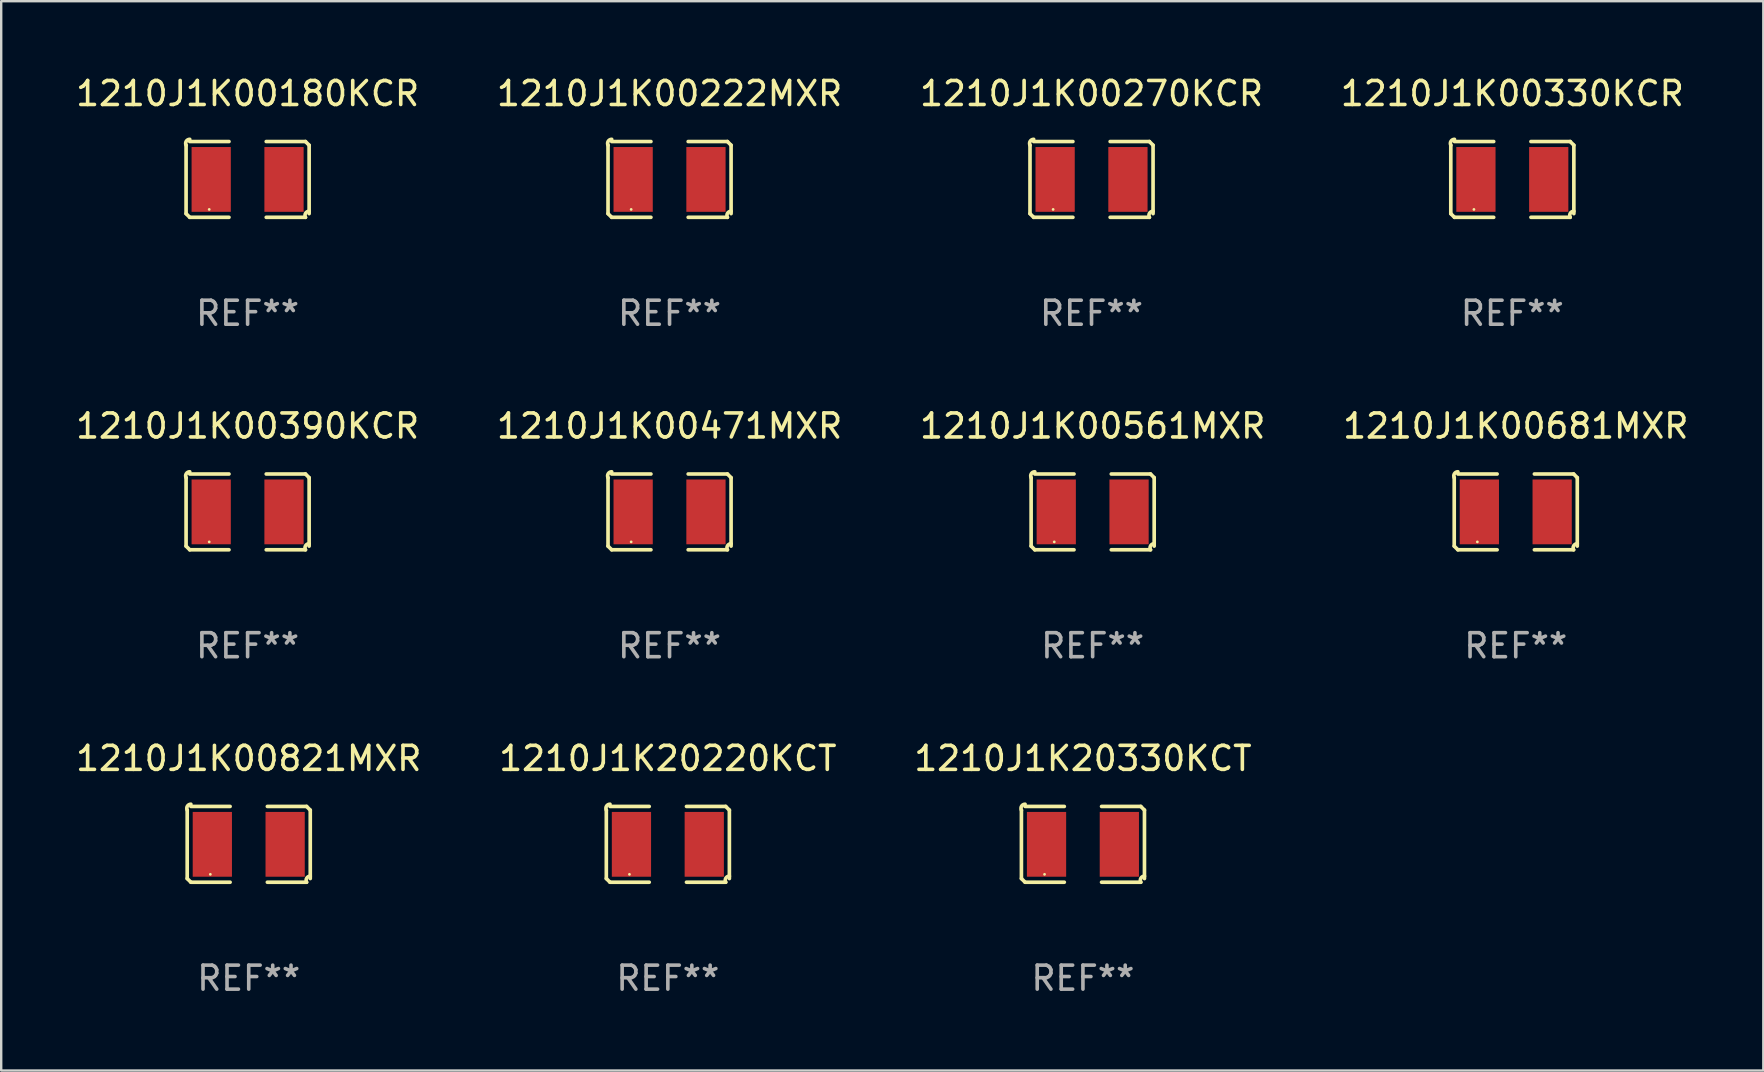
<source format=kicad_pcb>
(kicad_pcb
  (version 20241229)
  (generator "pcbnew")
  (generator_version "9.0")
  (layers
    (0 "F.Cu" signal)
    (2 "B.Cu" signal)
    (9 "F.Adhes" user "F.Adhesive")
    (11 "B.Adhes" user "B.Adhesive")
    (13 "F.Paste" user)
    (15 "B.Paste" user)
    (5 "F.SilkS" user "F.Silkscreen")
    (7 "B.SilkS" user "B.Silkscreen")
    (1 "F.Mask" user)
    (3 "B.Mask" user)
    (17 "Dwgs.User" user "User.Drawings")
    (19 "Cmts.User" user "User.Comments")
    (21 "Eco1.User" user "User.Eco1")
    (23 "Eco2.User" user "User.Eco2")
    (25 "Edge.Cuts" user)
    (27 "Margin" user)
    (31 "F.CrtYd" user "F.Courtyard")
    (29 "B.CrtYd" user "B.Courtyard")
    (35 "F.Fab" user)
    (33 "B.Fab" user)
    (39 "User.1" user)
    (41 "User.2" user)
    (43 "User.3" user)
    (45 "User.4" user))
  (footprint "1210J1K20330KCT"
    (layer "F.Cu")
    (at 42.077 32.134)
    (property "Reference" "1210J1K20330KCT" (at 0 -3.579 0) (layer "F.SilkS") (effects (font (size 1 1) (thickness 0.15))))
    (attr through_hole)
    (fp_line (start -2.564 1.426) (end -2.564 -1.426) (stroke (width 0.152) (type solid)) (layer "F.SilkS"))
    (fp_line (start -2.411 -1.579) (end -0.776 -1.579) (stroke (width 0.152) (type solid)) (layer "F.SilkS"))
    (fp_line (start -0.776 1.579) (end -2.411 1.579) (stroke (width 0.152) (type solid)) (layer "F.SilkS"))
    (fp_line (start 0.776 1.579) (end 2.411 1.579) (stroke (width 0.152) (type solid)) (layer "F.SilkS"))
    (fp_line (start 2.411 -1.579) (end 0.776 -1.579) (stroke (width 0.152) (type solid)) (layer "F.SilkS"))
    (fp_line (start 2.564 1.426) (end 2.564 -1.426) (stroke (width 0.152) (type solid)) (layer "F.SilkS"))
    (fp_arc (start -2.563602 -1.426213) (mid -2.555597 -1.591233) (end -2.411201 -1.671518) (stroke (width 0.1524) (type solid)) (layer "F.SilkS"))
    (fp_arc (start -2.5636 1.426214) (mid -2.487389 1.502402) (end -2.411201 1.578613) (stroke (width 0.1524) (type solid)) (layer "F.SilkS"))
    (fp_arc (start 2.411197 -1.578618) (mid 2.487403 -1.502419) (end 2.563602 -1.426213) (stroke (width 0.1524) (type solid)) (layer "F.SilkS"))
    (fp_arc (start 2.411201 1.578613) (mid 2.416214 1.409455) (end 2.563602 1.32629) (stroke (width 0.1524) (type solid)) (layer "F.SilkS"))
    (fp_circle (center -1.6 1.25) (end -1.57 1.25) (stroke (width 0.06) (type solid)) (fill no) (layer "F.SilkS"))
    (fp_text user "REF**" (at 0 5.579 0) (layer "F.Fab") (effects (font (size 1 1) (thickness 0.15))))
    (pad "1" smd rect (at -1.517 0) (size 1.635 2.7) (layers "F.Cu" "F.Mask" "F.Paste"))
    (pad "2" smd rect (at 1.517 0) (size 1.635 2.7) (layers "F.Cu" "F.Mask" "F.Paste")))
  (footprint "1210J1K00270KCR"
    (layer "F.Cu")
    (at 42.435 4.427)
    (property "Reference" "1210J1K00270KCR" (at 0 -3.579 0) (layer "F.SilkS") (effects (font (size 1 1) (thickness 0.15))))
    (attr through_hole)
    (fp_line (start -2.564 1.426) (end -2.564 -1.426) (stroke (width 0.152) (type solid)) (layer "F.SilkS"))
    (fp_line (start -2.411 -1.579) (end -0.776 -1.579) (stroke (width 0.152) (type solid)) (layer "F.SilkS"))
    (fp_line (start -0.776 1.579) (end -2.411 1.579) (stroke (width 0.152) (type solid)) (layer "F.SilkS"))
    (fp_line (start 0.776 1.579) (end 2.411 1.579) (stroke (width 0.152) (type solid)) (layer "F.SilkS"))
    (fp_line (start 2.411 -1.579) (end 0.776 -1.579) (stroke (width 0.152) (type solid)) (layer "F.SilkS"))
    (fp_line (start 2.564 1.426) (end 2.564 -1.426) (stroke (width 0.152) (type solid)) (layer "F.SilkS"))
    (fp_arc (start -2.563602 -1.426213) (mid -2.555597 -1.591233) (end -2.411201 -1.671518) (stroke (width 0.1524) (type solid)) (layer "F.SilkS"))
    (fp_arc (start -2.5636 1.426214) (mid -2.487389 1.502402) (end -2.411201 1.578613) (stroke (width 0.1524) (type solid)) (layer "F.SilkS"))
    (fp_arc (start 2.411197 -1.578618) (mid 2.487403 -1.502419) (end 2.563602 -1.426213) (stroke (width 0.1524) (type solid)) (layer "F.SilkS"))
    (fp_arc (start 2.411201 1.578613) (mid 2.416214 1.409455) (end 2.563602 1.32629) (stroke (width 0.1524) (type solid)) (layer "F.SilkS"))
    (fp_circle (center -1.6 1.25) (end -1.57 1.25) (stroke (width 0.06) (type solid)) (fill no) (layer "F.SilkS"))
    (fp_text user "REF**" (at 0 5.579 0) (layer "F.Fab") (effects (font (size 1 1) (thickness 0.15))))
    (pad "1" smd rect (at -1.517 0) (size 1.635 2.7) (layers "F.Cu" "F.Mask" "F.Paste"))
    (pad "2" smd rect (at 1.517 0) (size 1.635 2.7) (layers "F.Cu" "F.Mask" "F.Paste")))
  (footprint "1210J1K20220KCT"
    (layer "F.Cu")
    (at 24.78 32.134)
    (property "Reference" "1210J1K20220KCT" (at 0 -3.579 0) (layer "F.SilkS") (effects (font (size 1 1) (thickness 0.15))))
    (attr through_hole)
    (fp_line (start -2.564 1.426) (end -2.564 -1.426) (stroke (width 0.152) (type solid)) (layer "F.SilkS"))
    (fp_line (start -2.411 -1.579) (end -0.776 -1.579) (stroke (width 0.152) (type solid)) (layer "F.SilkS"))
    (fp_line (start -0.776 1.579) (end -2.411 1.579) (stroke (width 0.152) (type solid)) (layer "F.SilkS"))
    (fp_line (start 0.776 1.579) (end 2.411 1.579) (stroke (width 0.152) (type solid)) (layer "F.SilkS"))
    (fp_line (start 2.411 -1.579) (end 0.776 -1.579) (stroke (width 0.152) (type solid)) (layer "F.SilkS"))
    (fp_line (start 2.564 1.426) (end 2.564 -1.426) (stroke (width 0.152) (type solid)) (layer "F.SilkS"))
    (fp_arc (start -2.563602 -1.426213) (mid -2.555597 -1.591233) (end -2.411201 -1.671518) (stroke (width 0.1524) (type solid)) (layer "F.SilkS"))
    (fp_arc (start -2.5636 1.426214) (mid -2.487389 1.502402) (end -2.411201 1.578613) (stroke (width 0.1524) (type solid)) (layer "F.SilkS"))
    (fp_arc (start 2.411197 -1.578618) (mid 2.487403 -1.502419) (end 2.563602 -1.426213) (stroke (width 0.1524) (type solid)) (layer "F.SilkS"))
    (fp_arc (start 2.411201 1.578613) (mid 2.416214 1.409455) (end 2.563602 1.32629) (stroke (width 0.1524) (type solid)) (layer "F.SilkS"))
    (fp_circle (center -1.6 1.25) (end -1.57 1.25) (stroke (width 0.06) (type solid)) (fill no) (layer "F.SilkS"))
    (fp_text user "REF**" (at 0 5.579 0) (layer "F.Fab") (effects (font (size 1 1) (thickness 0.15))))
    (pad "1" smd rect (at -1.517 0) (size 1.635 2.7) (layers "F.Cu" "F.Mask" "F.Paste"))
    (pad "2" smd rect (at 1.517 0) (size 1.635 2.7) (layers "F.Cu" "F.Mask" "F.Paste")))
  (footprint "1210J1K00330KCR"
    (layer "F.Cu")
    (at 59.97 4.427)
    (property "Reference" "1210J1K00330KCR" (at 0 -3.579 0) (layer "F.SilkS") (effects (font (size 1 1) (thickness 0.15))))
    (attr through_hole)
    (fp_line (start -2.564 1.426) (end -2.564 -1.426) (stroke (width 0.152) (type solid)) (layer "F.SilkS"))
    (fp_line (start -2.411 -1.579) (end -0.776 -1.579) (stroke (width 0.152) (type solid)) (layer "F.SilkS"))
    (fp_line (start -0.776 1.579) (end -2.411 1.579) (stroke (width 0.152) (type solid)) (layer "F.SilkS"))
    (fp_line (start 0.776 1.579) (end 2.411 1.579) (stroke (width 0.152) (type solid)) (layer "F.SilkS"))
    (fp_line (start 2.411 -1.579) (end 0.776 -1.579) (stroke (width 0.152) (type solid)) (layer "F.SilkS"))
    (fp_line (start 2.564 1.426) (end 2.564 -1.426) (stroke (width 0.152) (type solid)) (layer "F.SilkS"))
    (fp_arc (start -2.563602 -1.426213) (mid -2.555597 -1.591233) (end -2.411201 -1.671518) (stroke (width 0.1524) (type solid)) (layer "F.SilkS"))
    (fp_arc (start -2.5636 1.426214) (mid -2.487389 1.502402) (end -2.411201 1.578613) (stroke (width 0.1524) (type solid)) (layer "F.SilkS"))
    (fp_arc (start 2.411197 -1.578618) (mid 2.487403 -1.502419) (end 2.563602 -1.426213) (stroke (width 0.1524) (type solid)) (layer "F.SilkS"))
    (fp_arc (start 2.411201 1.578613) (mid 2.416214 1.409455) (end 2.563602 1.32629) (stroke (width 0.1524) (type solid)) (layer "F.SilkS"))
    (fp_circle (center -1.6 1.25) (end -1.57 1.25) (stroke (width 0.06) (type solid)) (fill no) (layer "F.SilkS"))
    (fp_text user "REF**" (at 0 5.579 0) (layer "F.Fab") (effects (font (size 1 1) (thickness 0.15))))
    (pad "1" smd rect (at -1.517 0) (size 1.635 2.7) (layers "F.Cu" "F.Mask" "F.Paste"))
    (pad "2" smd rect (at 1.517 0) (size 1.635 2.7) (layers "F.Cu" "F.Mask" "F.Paste")))
  (footprint "1210J1K00180KCR"
    (layer "F.Cu")
    (at 7.268 4.427)
    (property "Reference" "1210J1K00180KCR" (at 0 -3.579 0) (layer "F.SilkS") (effects (font (size 1 1) (thickness 0.15))))
    (attr through_hole)
    (fp_line (start -2.564 1.426) (end -2.564 -1.426) (stroke (width 0.152) (type solid)) (layer "F.SilkS"))
    (fp_line (start -2.411 -1.579) (end -0.776 -1.579) (stroke (width 0.152) (type solid)) (layer "F.SilkS"))
    (fp_line (start -0.776 1.579) (end -2.411 1.579) (stroke (width 0.152) (type solid)) (layer "F.SilkS"))
    (fp_line (start 0.776 1.579) (end 2.411 1.579) (stroke (width 0.152) (type solid)) (layer "F.SilkS"))
    (fp_line (start 2.411 -1.579) (end 0.776 -1.579) (stroke (width 0.152) (type solid)) (layer "F.SilkS"))
    (fp_line (start 2.564 1.426) (end 2.564 -1.426) (stroke (width 0.152) (type solid)) (layer "F.SilkS"))
    (fp_arc (start -2.563602 -1.426213) (mid -2.555597 -1.591233) (end -2.411201 -1.671518) (stroke (width 0.1524) (type solid)) (layer "F.SilkS"))
    (fp_arc (start -2.5636 1.426214) (mid -2.487389 1.502402) (end -2.411201 1.578613) (stroke (width 0.1524) (type solid)) (layer "F.SilkS"))
    (fp_arc (start 2.411197 -1.578618) (mid 2.487403 -1.502419) (end 2.563602 -1.426213) (stroke (width 0.1524) (type solid)) (layer "F.SilkS"))
    (fp_arc (start 2.411201 1.578613) (mid 2.416214 1.409455) (end 2.563602 1.32629) (stroke (width 0.1524) (type solid)) (layer "F.SilkS"))
    (fp_circle (center -1.6 1.25) (end -1.57 1.25) (stroke (width 0.06) (type solid)) (fill no) (layer "F.SilkS"))
    (fp_text user "REF**" (at 0 5.579 0) (layer "F.Fab") (effects (font (size 1 1) (thickness 0.15))))
    (pad "1" smd rect (at -1.517 0) (size 1.635 2.7) (layers "F.Cu" "F.Mask" "F.Paste"))
    (pad "2" smd rect (at 1.517 0) (size 1.635 2.7) (layers "F.Cu" "F.Mask" "F.Paste")))
  (footprint "1210J1K00681MXR"
    (layer "F.Cu")
    (at 60.113 18.281)
    (property "Reference" "1210J1K00681MXR" (at 0 -3.579 0) (layer "F.SilkS") (effects (font (size 1 1) (thickness 0.15))))
    (attr through_hole)
    (fp_line (start -2.564 1.426) (end -2.564 -1.426) (stroke (width 0.152) (type solid)) (layer "F.SilkS"))
    (fp_line (start -2.411 -1.579) (end -0.776 -1.579) (stroke (width 0.152) (type solid)) (layer "F.SilkS"))
    (fp_line (start -0.776 1.579) (end -2.411 1.579) (stroke (width 0.152) (type solid)) (layer "F.SilkS"))
    (fp_line (start 0.776 1.579) (end 2.411 1.579) (stroke (width 0.152) (type solid)) (layer "F.SilkS"))
    (fp_line (start 2.411 -1.579) (end 0.776 -1.579) (stroke (width 0.152) (type solid)) (layer "F.SilkS"))
    (fp_line (start 2.564 1.426) (end 2.564 -1.426) (stroke (width 0.152) (type solid)) (layer "F.SilkS"))
    (fp_arc (start -2.563602 -1.426213) (mid -2.555597 -1.591233) (end -2.411201 -1.671518) (stroke (width 0.1524) (type solid)) (layer "F.SilkS"))
    (fp_arc (start -2.5636 1.426214) (mid -2.487389 1.502402) (end -2.411201 1.578613) (stroke (width 0.1524) (type solid)) (layer "F.SilkS"))
    (fp_arc (start 2.411197 -1.578618) (mid 2.487403 -1.502419) (end 2.563602 -1.426213) (stroke (width 0.1524) (type solid)) (layer "F.SilkS"))
    (fp_arc (start 2.411201 1.578613) (mid 2.416214 1.409455) (end 2.563602 1.32629) (stroke (width 0.1524) (type solid)) (layer "F.SilkS"))
    (fp_circle (center -1.6 1.25) (end -1.57 1.25) (stroke (width 0.06) (type solid)) (fill no) (layer "F.SilkS"))
    (fp_text user "REF**" (at 0 5.579 0) (layer "F.Fab") (effects (font (size 1 1) (thickness 0.15))))
    (pad "1" smd rect (at -1.517 0) (size 1.635 2.7) (layers "F.Cu" "F.Mask" "F.Paste"))
    (pad "2" smd rect (at 1.517 0) (size 1.635 2.7) (layers "F.Cu" "F.Mask" "F.Paste")))
  (footprint "1210J1K00390KCR"
    (layer "F.Cu")
    (at 7.268 18.281)
    (property "Reference" "1210J1K00390KCR" (at 0 -3.579 0) (layer "F.SilkS") (effects (font (size 1 1) (thickness 0.15))))
    (attr through_hole)
    (fp_line (start -2.564 1.426) (end -2.564 -1.426) (stroke (width 0.152) (type solid)) (layer "F.SilkS"))
    (fp_line (start -2.411 -1.579) (end -0.776 -1.579) (stroke (width 0.152) (type solid)) (layer "F.SilkS"))
    (fp_line (start -0.776 1.579) (end -2.411 1.579) (stroke (width 0.152) (type solid)) (layer "F.SilkS"))
    (fp_line (start 0.776 1.579) (end 2.411 1.579) (stroke (width 0.152) (type solid)) (layer "F.SilkS"))
    (fp_line (start 2.411 -1.579) (end 0.776 -1.579) (stroke (width 0.152) (type solid)) (layer "F.SilkS"))
    (fp_line (start 2.564 1.426) (end 2.564 -1.426) (stroke (width 0.152) (type solid)) (layer "F.SilkS"))
    (fp_arc (start -2.563602 -1.426213) (mid -2.555597 -1.591233) (end -2.411201 -1.671518) (stroke (width 0.1524) (type solid)) (layer "F.SilkS"))
    (fp_arc (start -2.5636 1.426214) (mid -2.487389 1.502402) (end -2.411201 1.578613) (stroke (width 0.1524) (type solid)) (layer "F.SilkS"))
    (fp_arc (start 2.411197 -1.578618) (mid 2.487403 -1.502419) (end 2.563602 -1.426213) (stroke (width 0.1524) (type solid)) (layer "F.SilkS"))
    (fp_arc (start 2.411201 1.578613) (mid 2.416214 1.409455) (end 2.563602 1.32629) (stroke (width 0.1524) (type solid)) (layer "F.SilkS"))
    (fp_circle (center -1.6 1.25) (end -1.57 1.25) (stroke (width 0.06) (type solid)) (fill no) (layer "F.SilkS"))
    (fp_text user "REF**" (at 0 5.579 0) (layer "F.Fab") (effects (font (size 1 1) (thickness 0.15))))
    (pad "1" smd rect (at -1.517 0) (size 1.635 2.7) (layers "F.Cu" "F.Mask" "F.Paste"))
    (pad "2" smd rect (at 1.517 0) (size 1.635 2.7) (layers "F.Cu" "F.Mask" "F.Paste")))
  (footprint "1210J1K00222MXR"
    (layer "F.Cu")
    (at 24.851 4.427)
    (property "Reference" "1210J1K00222MXR" (at 0 -3.579 0) (layer "F.SilkS") (effects (font (size 1 1) (thickness 0.15))))
    (attr through_hole)
    (fp_line (start -2.564 1.426) (end -2.564 -1.426) (stroke (width 0.152) (type solid)) (layer "F.SilkS"))
    (fp_line (start -2.411 -1.579) (end -0.776 -1.579) (stroke (width 0.152) (type solid)) (layer "F.SilkS"))
    (fp_line (start -0.776 1.579) (end -2.411 1.579) (stroke (width 0.152) (type solid)) (layer "F.SilkS"))
    (fp_line (start 0.776 1.579) (end 2.411 1.579) (stroke (width 0.152) (type solid)) (layer "F.SilkS"))
    (fp_line (start 2.411 -1.579) (end 0.776 -1.579) (stroke (width 0.152) (type solid)) (layer "F.SilkS"))
    (fp_line (start 2.564 1.426) (end 2.564 -1.426) (stroke (width 0.152) (type solid)) (layer "F.SilkS"))
    (fp_arc (start -2.563602 -1.426213) (mid -2.555597 -1.591233) (end -2.411201 -1.671518) (stroke (width 0.1524) (type solid)) (layer "F.SilkS"))
    (fp_arc (start -2.5636 1.426214) (mid -2.487389 1.502402) (end -2.411201 1.578613) (stroke (width 0.1524) (type solid)) (layer "F.SilkS"))
    (fp_arc (start 2.411197 -1.578618) (mid 2.487403 -1.502419) (end 2.563602 -1.426213) (stroke (width 0.1524) (type solid)) (layer "F.SilkS"))
    (fp_arc (start 2.411201 1.578613) (mid 2.416214 1.409455) (end 2.563602 1.32629) (stroke (width 0.1524) (type solid)) (layer "F.SilkS"))
    (fp_circle (center -1.6 1.25) (end -1.57 1.25) (stroke (width 0.06) (type solid)) (fill no) (layer "F.SilkS"))
    (fp_text user "REF**" (at 0 5.579 0) (layer "F.Fab") (effects (font (size 1 1) (thickness 0.15))))
    (pad "1" smd rect (at -1.517 0) (size 1.635 2.7) (layers "F.Cu" "F.Mask" "F.Paste"))
    (pad "2" smd rect (at 1.517 0) (size 1.635 2.7) (layers "F.Cu" "F.Mask" "F.Paste")))
  (footprint "1210J1K00561MXR"
    (layer "F.Cu")
    (at 42.482 18.281)
    (property "Reference" "1210J1K00561MXR" (at 0 -3.579 0) (layer "F.SilkS") (effects (font (size 1 1) (thickness 0.15))))
    (attr through_hole)
    (fp_line (start -2.564 1.426) (end -2.564 -1.426) (stroke (width 0.152) (type solid)) (layer "F.SilkS"))
    (fp_line (start -2.411 -1.579) (end -0.776 -1.579) (stroke (width 0.152) (type solid)) (layer "F.SilkS"))
    (fp_line (start -0.776 1.579) (end -2.411 1.579) (stroke (width 0.152) (type solid)) (layer "F.SilkS"))
    (fp_line (start 0.776 1.579) (end 2.411 1.579) (stroke (width 0.152) (type solid)) (layer "F.SilkS"))
    (fp_line (start 2.411 -1.579) (end 0.776 -1.579) (stroke (width 0.152) (type solid)) (layer "F.SilkS"))
    (fp_line (start 2.564 1.426) (end 2.564 -1.426) (stroke (width 0.152) (type solid)) (layer "F.SilkS"))
    (fp_arc (start -2.563602 -1.426213) (mid -2.555597 -1.591233) (end -2.411201 -1.671518) (stroke (width 0.1524) (type solid)) (layer "F.SilkS"))
    (fp_arc (start -2.5636 1.426214) (mid -2.487389 1.502402) (end -2.411201 1.578613) (stroke (width 0.1524) (type solid)) (layer "F.SilkS"))
    (fp_arc (start 2.411197 -1.578618) (mid 2.487403 -1.502419) (end 2.563602 -1.426213) (stroke (width 0.1524) (type solid)) (layer "F.SilkS"))
    (fp_arc (start 2.411201 1.578613) (mid 2.416214 1.409455) (end 2.563602 1.32629) (stroke (width 0.1524) (type solid)) (layer "F.SilkS"))
    (fp_circle (center -1.6 1.25) (end -1.57 1.25) (stroke (width 0.06) (type solid)) (fill no) (layer "F.SilkS"))
    (fp_text user "REF**" (at 0 5.579 0) (layer "F.Fab") (effects (font (size 1 1) (thickness 0.15))))
    (pad "1" smd rect (at -1.517 0) (size 1.635 2.7) (layers "F.Cu" "F.Mask" "F.Paste"))
    (pad "2" smd rect (at 1.517 0) (size 1.635 2.7) (layers "F.Cu" "F.Mask" "F.Paste")))
  (footprint "1210J1K00471MXR"
    (layer "F.Cu")
    (at 24.851 18.281)
    (property "Reference" "1210J1K00471MXR" (at 0 -3.579 0) (layer "F.SilkS") (effects (font (size 1 1) (thickness 0.15))))
    (attr through_hole)
    (fp_line (start -2.564 1.426) (end -2.564 -1.426) (stroke (width 0.152) (type solid)) (layer "F.SilkS"))
    (fp_line (start -2.411 -1.579) (end -0.776 -1.579) (stroke (width 0.152) (type solid)) (layer "F.SilkS"))
    (fp_line (start -0.776 1.579) (end -2.411 1.579) (stroke (width 0.152) (type solid)) (layer "F.SilkS"))
    (fp_line (start 0.776 1.579) (end 2.411 1.579) (stroke (width 0.152) (type solid)) (layer "F.SilkS"))
    (fp_line (start 2.411 -1.579) (end 0.776 -1.579) (stroke (width 0.152) (type solid)) (layer "F.SilkS"))
    (fp_line (start 2.564 1.426) (end 2.564 -1.426) (stroke (width 0.152) (type solid)) (layer "F.SilkS"))
    (fp_arc (start -2.563602 -1.426213) (mid -2.555597 -1.591233) (end -2.411201 -1.671518) (stroke (width 0.1524) (type solid)) (layer "F.SilkS"))
    (fp_arc (start -2.5636 1.426214) (mid -2.487389 1.502402) (end -2.411201 1.578613) (stroke (width 0.1524) (type solid)) (layer "F.SilkS"))
    (fp_arc (start 2.411197 -1.578618) (mid 2.487403 -1.502419) (end 2.563602 -1.426213) (stroke (width 0.1524) (type solid)) (layer "F.SilkS"))
    (fp_arc (start 2.411201 1.578613) (mid 2.416214 1.409455) (end 2.563602 1.32629) (stroke (width 0.1524) (type solid)) (layer "F.SilkS"))
    (fp_circle (center -1.6 1.25) (end -1.57 1.25) (stroke (width 0.06) (type solid)) (fill no) (layer "F.SilkS"))
    (fp_text user "REF**" (at 0 5.579 0) (layer "F.Fab") (effects (font (size 1 1) (thickness 0.15))))
    (pad "1" smd rect (at -1.517 0) (size 1.635 2.7) (layers "F.Cu" "F.Mask" "F.Paste"))
    (pad "2" smd rect (at 1.517 0) (size 1.635 2.7) (layers "F.Cu" "F.Mask" "F.Paste")))
  (footprint "1210J1K00821MXR"
    (layer "F.Cu")
    (at 7.315 32.134)
    (property "Reference" "1210J1K00821MXR" (at 0 -3.579 0) (layer "F.SilkS") (effects (font (size 1 1) (thickness 0.15))))
    (attr through_hole)
    (fp_line (start -2.564 1.426) (end -2.564 -1.426) (stroke (width 0.152) (type solid)) (layer "F.SilkS"))
    (fp_line (start -2.411 -1.579) (end -0.776 -1.579) (stroke (width 0.152) (type solid)) (layer "F.SilkS"))
    (fp_line (start -0.776 1.579) (end -2.411 1.579) (stroke (width 0.152) (type solid)) (layer "F.SilkS"))
    (fp_line (start 0.776 1.579) (end 2.411 1.579) (stroke (width 0.152) (type solid)) (layer "F.SilkS"))
    (fp_line (start 2.411 -1.579) (end 0.776 -1.579) (stroke (width 0.152) (type solid)) (layer "F.SilkS"))
    (fp_line (start 2.564 1.426) (end 2.564 -1.426) (stroke (width 0.152) (type solid)) (layer "F.SilkS"))
    (fp_arc (start -2.563602 -1.426213) (mid -2.555597 -1.591233) (end -2.411201 -1.671518) (stroke (width 0.1524) (type solid)) (layer "F.SilkS"))
    (fp_arc (start -2.5636 1.426214) (mid -2.487389 1.502402) (end -2.411201 1.578613) (stroke (width 0.1524) (type solid)) (layer "F.SilkS"))
    (fp_arc (start 2.411197 -1.578618) (mid 2.487403 -1.502419) (end 2.563602 -1.426213) (stroke (width 0.1524) (type solid)) (layer "F.SilkS"))
    (fp_arc (start 2.411201 1.578613) (mid 2.416214 1.409455) (end 2.563602 1.32629) (stroke (width 0.1524) (type solid)) (layer "F.SilkS"))
    (fp_circle (center -1.6 1.25) (end -1.57 1.25) (stroke (width 0.06) (type solid)) (fill no) (layer "F.SilkS"))
    (fp_text user "REF**" (at 0 5.579 0) (layer "F.Fab") (effects (font (size 1 1) (thickness 0.15))))
    (pad "1" smd rect (at -1.517 0) (size 1.635 2.7) (layers "F.Cu" "F.Mask" "F.Paste"))
    (pad "2" smd rect (at 1.517 0) (size 1.635 2.7) (layers "F.Cu" "F.Mask" "F.Paste")))
  (gr_rect
    (start -3 -3)
    (end 70.429 41.561)
    (stroke (width 0.1) (type default))
    (fill no)
    (layer "Edge.Cuts")))
</source>
